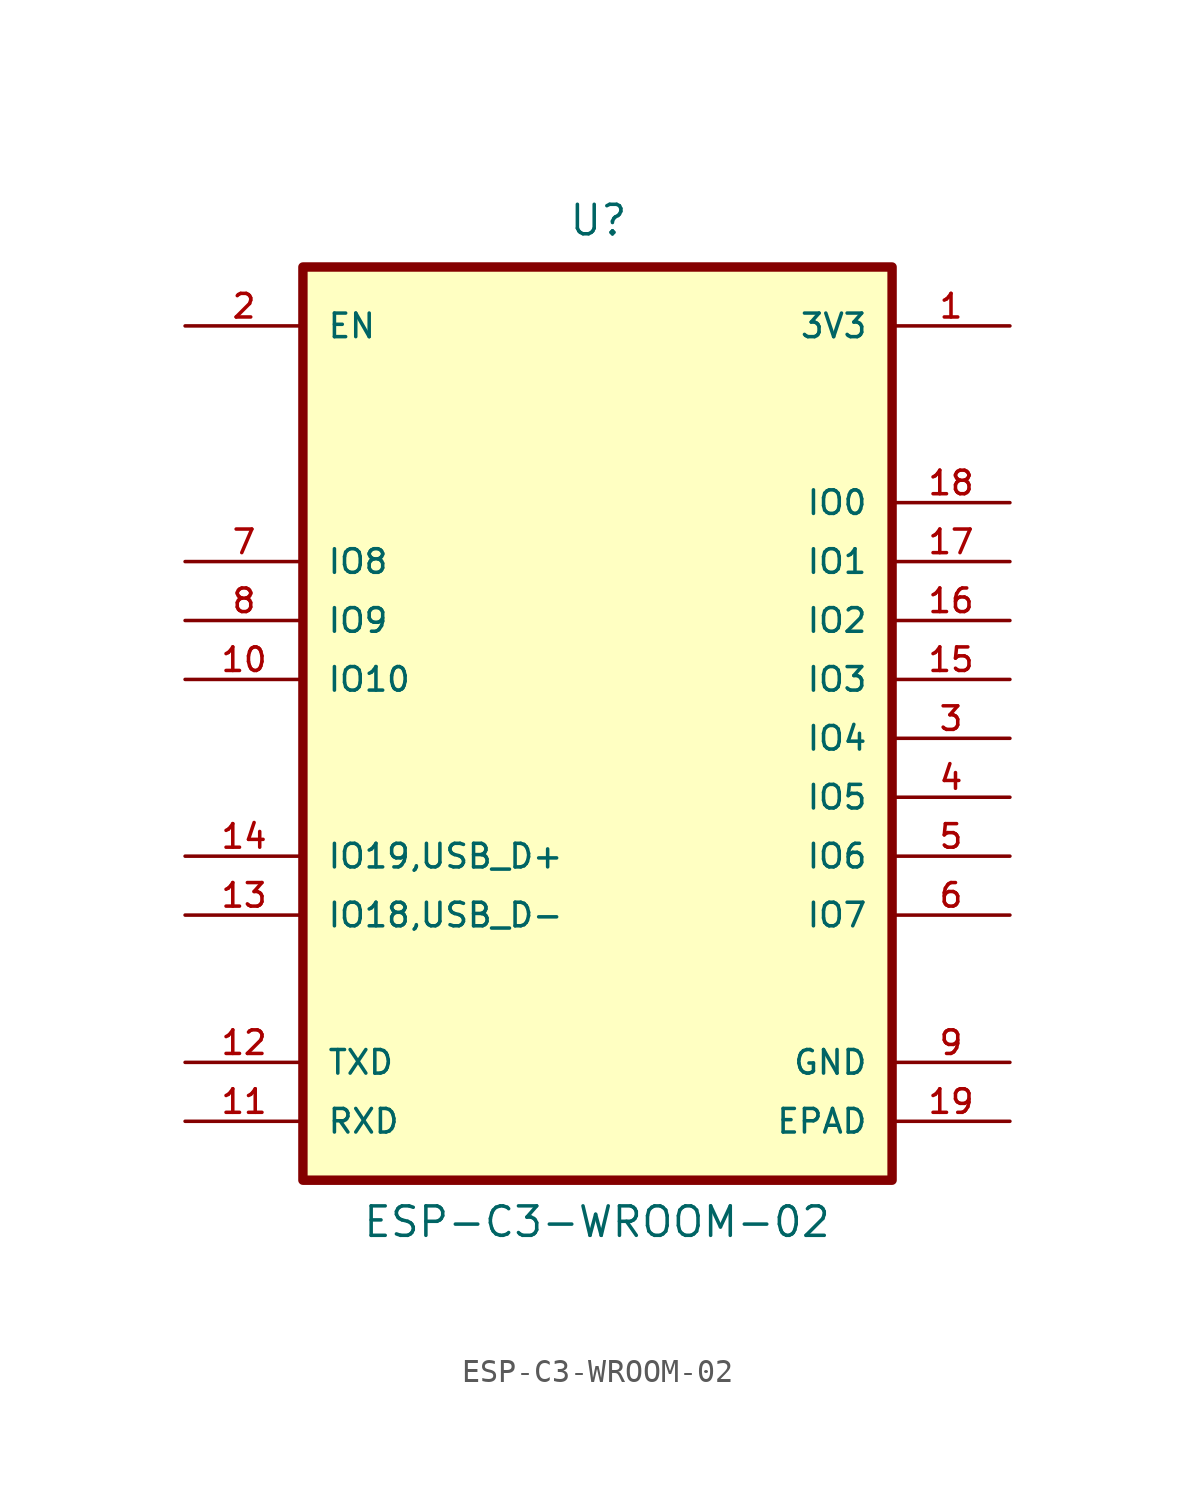
<source format=kicad_sym>
(kicad_symbol_lib
  (version 20201005)
  (generator kicad_symbol_editor)
  (symbol "ESP-WROOM-02:ESP-C3-WROOM-02"
    (pin_names
      (offset 1.016))
    (property "Reference" "U"
      (at -1.27 19.05 0)
      (effects (font (size 1.27 1.27)) (justify left bottom)))
    (property "Value" "ESP-C3-WROOM-02"
      (at -10.16 -24.13 0)
      (effects (font (size 1.27 1.27)) (justify left bottom)))
    (property "ki_locked" ""
      (at 0 0 0)
      (effects (font (size 1.27 1.27))))
    (symbol "ESP-C3-WROOM-02_0_0"
      (rectangle (start -12.7 17.78) (end 12.7 -21.59) (stroke (width 0.406)) (fill (type background)))
      (pin power_in line (at 17.78 15.24 180) (length 5.08) (name "3V3" (effects (font (size 1.016 1.016)))) (number "1" (effects (font (size 1.016 1.016)))))
      (pin bidirectional line (at -17.78 0 0) (length 5.08) (name "IO10" (effects (font (size 1.016 1.016)))) (number "10" (effects (font (size 1.016 1.016)))))
      (pin bidirectional line (at -17.78 -19.05 0) (length 5.08) (name "RXD" (effects (font (size 1.016 1.016)))) (number "11" (effects (font (size 1.016 1.016)))))
      (pin bidirectional line (at -17.78 -16.51 0) (length 5.08) (name "TXD" (effects (font (size 1.016 1.016)))) (number "12" (effects (font (size 1.016 1.016)))))
      (pin bidirectional line (at -17.78 -10.16 0) (length 5.08) (name "IO18,USB_D-" (effects (font (size 1.016 1.016)))) (number "13" (effects (font (size 1.016 1.016)))))
      (pin bidirectional line (at -17.78 -7.62 0) (length 5.08) (name "IO19,USB_D+" (effects (font (size 1.016 1.016)))) (number "14" (effects (font (size 1.016 1.016)))))
      (pin bidirectional line (at 17.78 0 180) (length 5.08) (name "IO3" (effects (font (size 1.016 1.016)))) (number "15" (effects (font (size 1.016 1.016)))))
      (pin bidirectional line (at 17.78 2.54 180) (length 5.08) (name "IO2" (effects (font (size 1.016 1.016)))) (number "16" (effects (font (size 1.016 1.016)))))
      (pin bidirectional line (at 17.78 5.08 180) (length 5.08) (name "IO1" (effects (font (size 1.016 1.016)))) (number "17" (effects (font (size 1.016 1.016)))))
      (pin bidirectional line (at 17.78 7.62 180) (length 5.08) (name "IO0" (effects (font (size 1.016 1.016)))) (number "18" (effects (font (size 1.016 1.016)))))
      (pin power_in line (at 17.78 -19.05 180) (length 5.08) (name "EPAD" (effects (font (size 1.016 1.016)))) (number "19" (effects (font (size 1.016 1.016)))))
      (pin input line (at -17.78 15.24 0) (length 5.08) (name "EN" (effects (font (size 1.016 1.016)))) (number "2" (effects (font (size 1.016 1.016)))))
      (pin bidirectional line (at 17.78 -2.54 180) (length 5.08) (name "IO4" (effects (font (size 1.016 1.016)))) (number "3" (effects (font (size 1.016 1.016)))))
      (pin bidirectional line (at 17.78 -5.08 180) (length 5.08) (name "IO5" (effects (font (size 1.016 1.016)))) (number "4" (effects (font (size 1.016 1.016)))))
      (pin bidirectional line (at 17.78 -7.62 180) (length 5.08) (name "IO6" (effects (font (size 1.016 1.016)))) (number "5" (effects (font (size 1.016 1.016)))))
      (pin bidirectional line (at 17.78 -10.16 180) (length 5.08) (name "IO7" (effects (font (size 1.016 1.016)))) (number "6" (effects (font (size 1.016 1.016)))))
      (pin bidirectional line (at -17.78 5.08 0) (length 5.08) (name "IO8" (effects (font (size 1.016 1.016)))) (number "7" (effects (font (size 1.016 1.016)))))
      (pin bidirectional line (at -17.78 2.54 0) (length 5.08) (name "IO9" (effects (font (size 1.016 1.016)))) (number "8" (effects (font (size 1.016 1.016)))))
      (pin power_in line (at 17.78 -16.51 180) (length 5.08) (name "GND" (effects (font (size 1.016 1.016)))) (number "9" (effects (font (size 1.016 1.016))))))))
</source>
